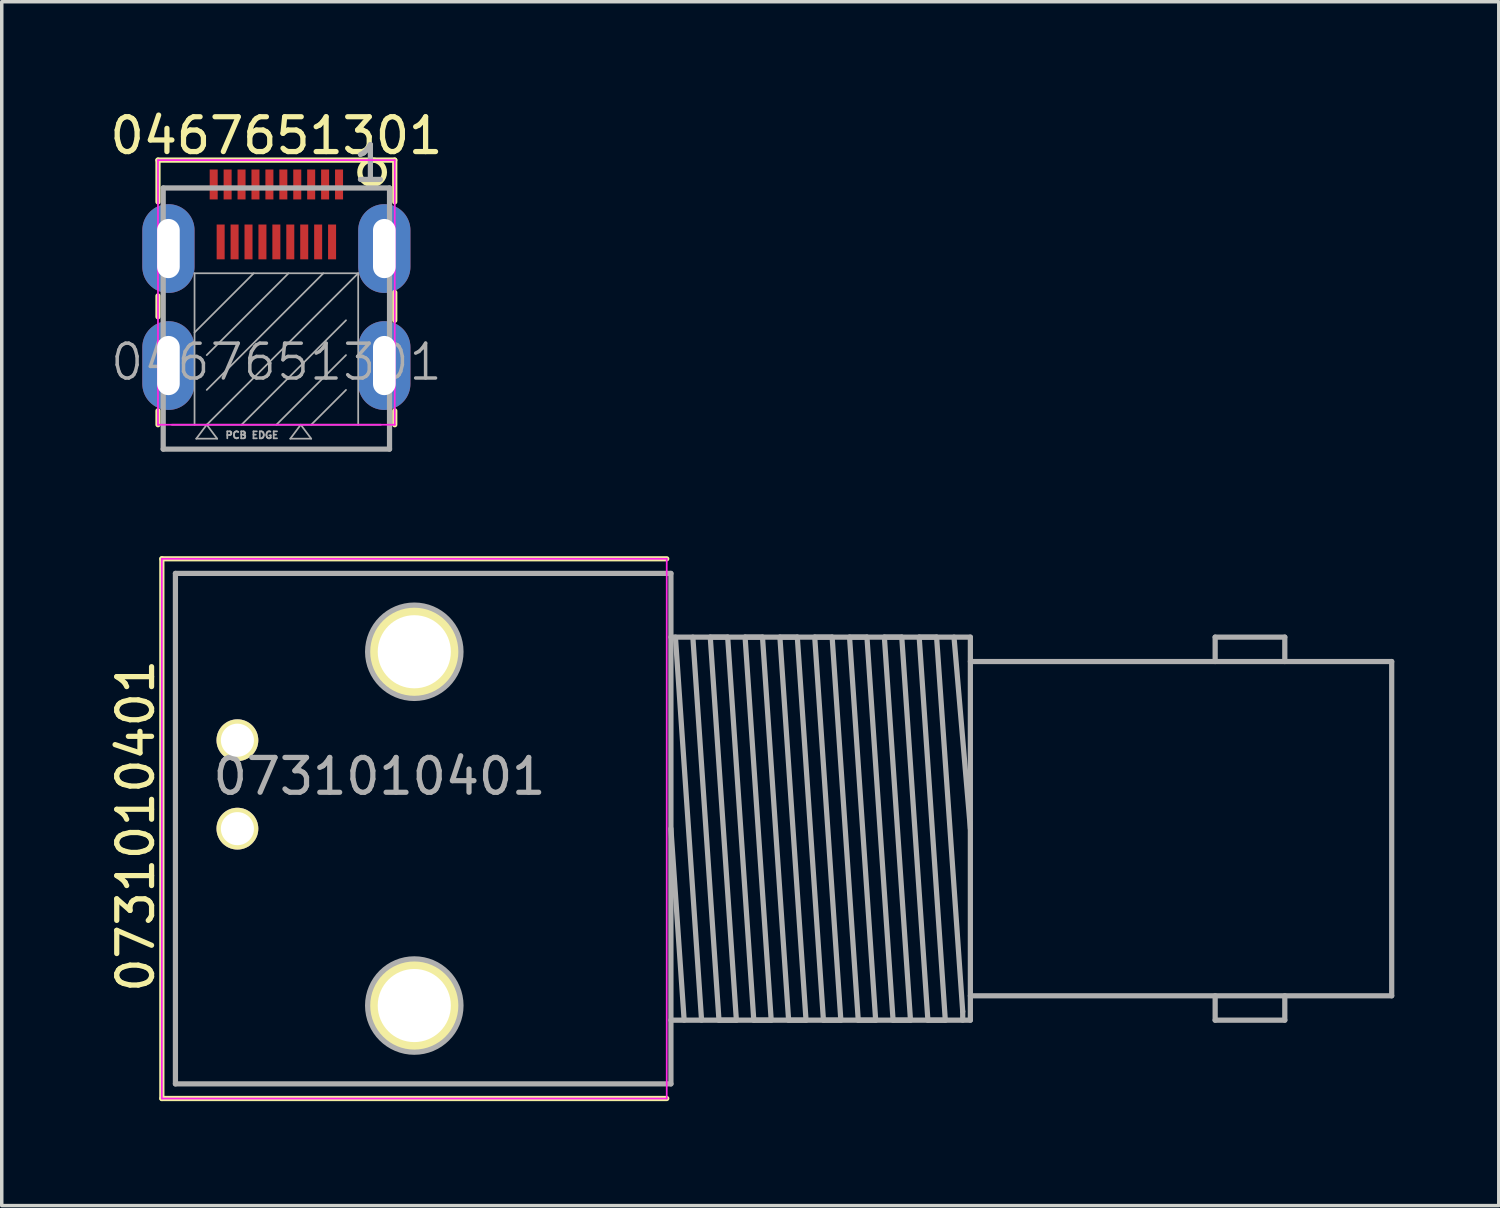
<source format=kicad_pcb>
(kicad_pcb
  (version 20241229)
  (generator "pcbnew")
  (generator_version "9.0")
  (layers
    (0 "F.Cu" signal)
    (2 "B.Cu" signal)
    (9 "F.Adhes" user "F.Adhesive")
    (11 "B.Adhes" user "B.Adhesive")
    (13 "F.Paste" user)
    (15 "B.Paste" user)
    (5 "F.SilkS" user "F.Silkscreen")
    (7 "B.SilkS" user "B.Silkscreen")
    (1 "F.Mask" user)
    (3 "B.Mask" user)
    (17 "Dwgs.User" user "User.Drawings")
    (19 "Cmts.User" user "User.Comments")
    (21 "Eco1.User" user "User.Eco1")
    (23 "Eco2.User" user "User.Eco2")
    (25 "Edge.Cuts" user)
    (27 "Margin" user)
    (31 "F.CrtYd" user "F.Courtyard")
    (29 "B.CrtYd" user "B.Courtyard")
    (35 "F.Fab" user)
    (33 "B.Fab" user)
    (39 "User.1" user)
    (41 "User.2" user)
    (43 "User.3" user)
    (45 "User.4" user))
  (footprint "0467651301"
    (layer "F.Cu")
    (at 4.887 9.148)
    (property "Reference" "0467651301" (at 0 -8.3 0) (layer "F.SilkS") (effects (font (size 1 1) (thickness 0.15))))
    (attr through_hole)
    (fp_line (start -3.4 -7.6) (end 3.4 -7.6) (stroke (width 0.15) (type solid)) (layer "F.SilkS"))
    (fp_line (start -3.4 -6.4) (end -3.4 -7.6) (stroke (width 0.15) (type solid)) (layer "F.SilkS"))
    (fp_line (start -3.4 -3.1) (end -3.4 -3.7) (stroke (width 0.15) (type solid)) (layer "F.SilkS"))
    (fp_line (start -3.4 0) (end -3.4 -0.4) (stroke (width 0.15) (type solid)) (layer "F.SilkS"))
    (fp_line (start 3.4 -7.6) (end 3.4 -6.4) (stroke (width 0.15) (type solid)) (layer "F.SilkS"))
    (fp_line (start 3.4 -3.8) (end 3.4 -3) (stroke (width 0.15) (type solid)) (layer "F.SilkS"))
    (fp_line (start 3.4 -0.4) (end 3.4 0) (stroke (width 0.15) (type solid)) (layer "F.SilkS"))
    (fp_circle (center 2.75 -7.25) (end 3 -7) (stroke (width 0.15) (type solid)) (fill no) (layer "F.SilkS"))
    (fp_line (start -3.4 -7.6) (end -3.4 0) (stroke (width 0.05) (type solid)) (layer "F.CrtYd"))
    (fp_line (start -3.4 0) (end 3.4 0) (stroke (width 0.05) (type solid)) (layer "F.CrtYd"))
    (fp_line (start 3.4 -7.6) (end -3.4 -7.6) (stroke (width 0.05) (type solid)) (layer "F.CrtYd"))
    (fp_line (start 3.4 0) (end 3.4 -7.6) (stroke (width 0.05) (type solid)) (layer "F.CrtYd"))
    (fp_line (start -3.25 -6.8) (end 3.25 -6.8) (stroke (width 0.15) (type solid)) (layer "F.Fab"))
    (fp_line (start -3.25 0.7) (end -3.25 -6.8) (stroke (width 0.15) (type solid)) (layer "F.Fab"))
    (fp_line (start -3.2 -5.7) (end -2.9 -5.7) (stroke (width 0.15) (type solid)) (layer "F.Fab"))
    (fp_line (start -3.2 -2.3) (end -2.9 -2.3) (stroke (width 0.15) (type solid)) (layer "F.Fab"))
    (fp_line (start -3 0) (end 3 0) (stroke (width 0.05) (type solid)) (layer "F.Fab"))
    (fp_line (start -2.9 -5.7) (end -2.9 -4.5) (stroke (width 0.15) (type solid)) (layer "F.Fab"))
    (fp_line (start -2.9 -4.5) (end -3.2 -4.5) (stroke (width 0.15) (type solid)) (layer "F.Fab"))
    (fp_line (start -2.9 -2.3) (end -2.9 -1.1) (stroke (width 0.15) (type solid)) (layer "F.Fab"))
    (fp_line (start -2.9 -1.1) (end -3.2 -1.1) (stroke (width 0.15) (type solid)) (layer "F.Fab"))
    (fp_line (start -2.35 -4.35) (end -2.35 0) (stroke (width 0.05) (type solid)) (layer "F.Fab"))
    (fp_line (start -2.35 -4.35) (end 2.35 -4.35) (stroke (width 0.05) (type solid)) (layer "F.Fab"))
    (fp_line (start -2.3 0.4) (end -1.7 0.4) (stroke (width 0.05) (type solid)) (layer "F.Fab"))
    (fp_line (start -2 0) (end -2.3 0.4) (stroke (width 0.05) (type solid)) (layer "F.Fab"))
    (fp_line (start -1.7 0.4) (end -2 0) (stroke (width 0.05) (type solid)) (layer "F.Fab"))
    (fp_line (start -0.65 -4.35) (end -2.35 -2.65) (stroke (width 0.05) (type solid)) (layer "F.Fab"))
    (fp_line (start 0.35 -4.35) (end -2 -2) (stroke (width 0.05) (type solid)) (layer "F.Fab"))
    (fp_line (start 0.4 0.4) (end 0.7 0) (stroke (width 0.05) (type solid)) (layer "F.Fab"))
    (fp_line (start 0.4 0.4) (end 1 0.4) (stroke (width 0.05) (type solid)) (layer "F.Fab"))
    (fp_line (start 0.7 0) (end 1 0.4) (stroke (width 0.05) (type solid)) (layer "F.Fab"))
    (fp_line (start 1.35 -4.35) (end -2 -1) (stroke (width 0.05) (type solid)) (layer "F.Fab"))
    (fp_line (start 2 -3) (end -1 0) (stroke (width 0.05) (type solid)) (layer "F.Fab"))
    (fp_line (start 2 -2) (end 0 0) (stroke (width 0.05) (type solid)) (layer "F.Fab"))
    (fp_line (start 2 -1) (end 1 0) (stroke (width 0.05) (type solid)) (layer "F.Fab"))
    (fp_line (start 2.35 -4.35) (end -2 0) (stroke (width 0.05) (type solid)) (layer "F.Fab"))
    (fp_line (start 2.35 -4.35) (end 2.35 0) (stroke (width 0.05) (type solid)) (layer "F.Fab"))
    (fp_line (start 2.9 -5.7) (end 2.9 -4.4) (stroke (width 0.15) (type solid)) (layer "F.Fab"))
    (fp_line (start 2.9 -4.4) (end 3.2 -4.4) (stroke (width 0.15) (type solid)) (layer "F.Fab"))
    (fp_line (start 2.9 -2.3) (end 2.9 -1.1) (stroke (width 0.15) (type solid)) (layer "F.Fab"))
    (fp_line (start 2.9 -1.1) (end 3.2 -1.1) (stroke (width 0.15) (type solid)) (layer "F.Fab"))
    (fp_line (start 3.2 -5.7) (end 2.9 -5.7) (stroke (width 0.15) (type solid)) (layer "F.Fab"))
    (fp_line (start 3.2 -2.3) (end 2.9 -2.3) (stroke (width 0.15) (type solid)) (layer "F.Fab"))
    (fp_line (start 3.25 -6.8) (end 3.25 0.7) (stroke (width 0.15) (type solid)) (layer "F.Fab"))
    (fp_line (start 3.25 0.7) (end -3.25 0.7) (stroke (width 0.15) (type solid)) (layer "F.Fab"))
    (fp_text user "PCB EDGE" (at -0.7 0.3 0) (layer "F.Fab") (effects (font (size 0.2 0.2) (thickness 0.05))))
    (fp_text user "${REFERENCE}" (at 0 -1.8 0) (layer "F.Fab") (effects (font (size 1 1) (thickness 0.1))))
    (fp_text user "1" (at 2.7 -7.5 0) (layer "F.Fab") (effects (font (size 1 1) (thickness 0.15))))
    (pad "1" smd rect (at 1.8 -6.9) (size 0.23 0.86) (layers "F.Cu" "F.Mask" "F.Paste"))
    (pad "2" smd rect (at 1.6 -5.25) (size 0.23 1) (layers "F.Cu" "F.Mask" "F.Paste"))
    (pad "3" smd rect (at 1.4 -6.9) (size 0.23 0.86) (layers "F.Cu" "F.Mask" "F.Paste"))
    (pad "4" smd rect (at 1.2 -5.25) (size 0.23 1) (layers "F.Cu" "F.Mask" "F.Paste"))
    (pad "5" smd rect (at 1 -6.9) (size 0.23 0.86) (layers "F.Cu" "F.Mask" "F.Paste"))
    (pad "6" smd rect (at 0.8 -5.25) (size 0.23 1) (layers "F.Cu" "F.Mask" "F.Paste"))
    (pad "7" smd rect (at 0.6 -6.9) (size 0.23 0.86) (layers "F.Cu" "F.Mask" "F.Paste"))
    (pad "8" smd rect (at 0.4 -5.25) (size 0.23 1) (layers "F.Cu" "F.Mask" "F.Paste"))
    (pad "9" smd rect (at 0.2 -6.9) (size 0.23 0.86) (layers "F.Cu" "F.Mask" "F.Paste"))
    (pad "10" smd rect (at 0 -5.25) (size 0.23 1) (layers "F.Cu" "F.Mask" "F.Paste"))
    (pad "11" smd rect (at -0.2 -6.9) (size 0.23 0.86) (layers "F.Cu" "F.Mask" "F.Paste"))
    (pad "12" smd rect (at -0.4 -5.25) (size 0.23 1) (layers "F.Cu" "F.Mask" "F.Paste"))
    (pad "13" smd rect (at -0.6 -6.9) (size 0.23 0.86) (layers "F.Cu" "F.Mask" "F.Paste"))
    (pad "14" smd rect (at -0.8 -5.25) (size 0.23 1) (layers "F.Cu" "F.Mask" "F.Paste"))
    (pad "15" smd rect (at -1 -6.9) (size 0.23 0.86) (layers "F.Cu" "F.Mask" "F.Paste"))
    (pad "16" smd rect (at -1.2 -5.25) (size 0.23 1) (layers "F.Cu" "F.Mask" "F.Paste"))
    (pad "17" smd rect (at -1.4 -6.9) (size 0.23 0.86) (layers "F.Cu" "F.Mask" "F.Paste"))
    (pad "18" smd rect (at -1.6 -5.25) (size 0.23 1) (layers "F.Cu" "F.Mask" "F.Paste"))
    (pad "19" smd rect (at -1.8 -6.9) (size 0.23 0.86) (layers "F.Cu" "F.Mask" "F.Paste"))
    (pad "20" thru_hole oval (at -3.1 -5.06) (size 1.5 2.55) (drill oval 0.65 1.7) (layers "*.Cu" "*.Mask"))
    (pad "21" thru_hole oval (at -3.1 -1.7) (size 1.5 2.55) (drill oval 0.65 1.7) (layers "*.Cu" "*.Mask"))
    (pad "22" thru_hole oval (at 3.1 -5.06) (size 1.5 2.55) (drill oval 0.65 1.7) (layers "*.Cu" "*.Mask"))
    (pad "23" thru_hole oval (at 3.1 -1.7) (size 1.5 2.55) (drill oval 0.65 1.7) (layers "*.Cu" "*.Mask")))
  (footprint "0731010401"
    (layer "F.Cu")
    (at 8.848 20.748)
    (property "Reference" "0731010401" (at -8 -0.08 90) (layer "F.SilkS") (effects (font (size 1 1) (thickness 0.15))))
    (attr through_hole)
    (fp_line (start -7.25 -7.75) (end -7.25 7.75) (stroke (width 0.15) (type solid)) (layer "F.SilkS"))
    (fp_line (start -7.25 -7.75) (end 7.25 -7.75) (stroke (width 0.15) (type solid)) (layer "F.SilkS"))
    (fp_line (start -7.25 7.75) (end 7.25 7.75) (stroke (width 0.15) (type solid)) (layer "F.SilkS"))
    (fp_line (start -7.25 -7.75) (end -7.25 7.75) (stroke (width 0.05) (type solid)) (layer "F.CrtYd"))
    (fp_line (start -7.25 7.75) (end 7.25 7.75) (stroke (width 0.05) (type solid)) (layer "F.CrtYd"))
    (fp_line (start 7.25 -7.75) (end -7.25 -7.75) (stroke (width 0.05) (type solid)) (layer "F.CrtYd"))
    (fp_line (start 7.25 7.75) (end 7.25 -7.75) (stroke (width 0.05) (type solid)) (layer "F.CrtYd"))
    (fp_line (start -6.86 -7.33) (end -6.86 7.33) (stroke (width 0.15) (type solid)) (layer "F.Fab"))
    (fp_line (start -6.86 7.33) (end 7.37 7.33) (stroke (width 0.15) (type solid)) (layer "F.Fab"))
    (fp_line (start 7.37 -7.33) (end -6.86 -7.33) (stroke (width 0.15) (type solid)) (layer "F.Fab"))
    (fp_line (start 7.37 -7.33) (end 7.37 7.33) (stroke (width 0.15) (type solid)) (layer "F.Fab"))
    (fp_line (start 7.75 5.5) (end 7.37 0) (stroke (width 0.15) (type solid)) (layer "F.Fab"))
    (fp_line (start 8 -5.5) (end 8.75 5.5) (stroke (width 0.15) (type solid)) (layer "F.Fab"))
    (fp_line (start 8.25 5.5) (end 7.5 -5.5) (stroke (width 0.15) (type solid)) (layer "F.Fab"))
    (fp_line (start 8.5 -5.5) (end 9 -5.5) (stroke (width 0.15) (type solid)) (layer "F.Fab"))
    (fp_line (start 8.75 5.5) (end 9.25 5.5) (stroke (width 0.15) (type solid)) (layer "F.Fab"))
    (fp_line (start 9 -5.5) (end 9.75 5.5) (stroke (width 0.15) (type solid)) (layer "F.Fab"))
    (fp_line (start 9.25 5.5) (end 8.5 -5.5) (stroke (width 0.15) (type solid)) (layer "F.Fab"))
    (fp_line (start 9.5 -5.5) (end 10 -5.5) (stroke (width 0.15) (type solid)) (layer "F.Fab"))
    (fp_line (start 9.75 5.5) (end 10.25 5.5) (stroke (width 0.15) (type solid)) (layer "F.Fab"))
    (fp_line (start 10 -5.5) (end 10.75 5.5) (stroke (width 0.15) (type solid)) (layer "F.Fab"))
    (fp_line (start 10.25 5.5) (end 9.5 -5.5) (stroke (width 0.15) (type solid)) (layer "F.Fab"))
    (fp_line (start 10.5 -5.5) (end 11 -5.5) (stroke (width 0.15) (type solid)) (layer "F.Fab"))
    (fp_line (start 10.75 5.5) (end 11.25 5.5) (stroke (width 0.15) (type solid)) (layer "F.Fab"))
    (fp_line (start 11 -5.5) (end 11.75 5.5) (stroke (width 0.15) (type solid)) (layer "F.Fab"))
    (fp_line (start 11.25 5.5) (end 10.5 -5.5) (stroke (width 0.15) (type solid)) (layer "F.Fab"))
    (fp_line (start 11.5 -5.5) (end 12 -5.5) (stroke (width 0.15) (type solid)) (layer "F.Fab"))
    (fp_line (start 11.75 5.5) (end 12.25 5.5) (stroke (width 0.15) (type solid)) (layer "F.Fab"))
    (fp_line (start 12 -5.5) (end 12.75 5.5) (stroke (width 0.15) (type solid)) (layer "F.Fab"))
    (fp_line (start 12.25 5.5) (end 11.5 -5.5) (stroke (width 0.15) (type solid)) (layer "F.Fab"))
    (fp_line (start 12.5 -5.5) (end 13 -5.5) (stroke (width 0.15) (type solid)) (layer "F.Fab"))
    (fp_line (start 12.75 5.5) (end 13.25 5.5) (stroke (width 0.15) (type solid)) (layer "F.Fab"))
    (fp_line (start 13 -5.5) (end 13.75 5.5) (stroke (width 0.15) (type solid)) (layer "F.Fab"))
    (fp_line (start 13.25 5.5) (end 12.5 -5.5) (stroke (width 0.15) (type solid)) (layer "F.Fab"))
    (fp_line (start 13.5 -5.5) (end 14 -5.5) (stroke (width 0.15) (type solid)) (layer "F.Fab"))
    (fp_line (start 13.75 5.5) (end 14.25 5.5) (stroke (width 0.15) (type solid)) (layer "F.Fab"))
    (fp_line (start 14 -5.5) (end 14.75 5.5) (stroke (width 0.15) (type solid)) (layer "F.Fab"))
    (fp_line (start 14.25 5.5) (end 13.5 -5.5) (stroke (width 0.15) (type solid)) (layer "F.Fab"))
    (fp_line (start 14.5 -5.5) (end 15 -5.5) (stroke (width 0.15) (type solid)) (layer "F.Fab"))
    (fp_line (start 14.75 5.5) (end 15.25 5.5) (stroke (width 0.15) (type solid)) (layer "F.Fab"))
    (fp_line (start 15 -5.5) (end 15.75 5.25) (stroke (width 0.15) (type solid)) (layer "F.Fab"))
    (fp_line (start 15.25 5.5) (end 14.5 -5.5) (stroke (width 0.15) (type solid)) (layer "F.Fab"))
    (fp_line (start 15.75 5.25) (end 15.75 5.5) (stroke (width 0.15) (type solid)) (layer "F.Fab"))
    (fp_line (start 15.97 -5.5) (end 7.37 -5.5) (stroke (width 0.15) (type solid)) (layer "F.Fab"))
    (fp_line (start 15.97 -5.5) (end 15.97 5.5) (stroke (width 0.15) (type solid)) (layer "F.Fab"))
    (fp_line (start 15.97 -4.8) (end 28.07 -4.8) (stroke (width 0.15) (type solid)) (layer "F.Fab"))
    (fp_line (start 15.97 0) (end 15.5 -5.5) (stroke (width 0.15) (type solid)) (layer "F.Fab"))
    (fp_line (start 15.97 4.8) (end 28.07 4.8) (stroke (width 0.15) (type solid)) (layer "F.Fab"))
    (fp_line (start 15.97 5.5) (end 7.37 5.5) (stroke (width 0.15) (type solid)) (layer "F.Fab"))
    (fp_line (start 23 -5.5) (end 25 -5.5) (stroke (width 0.15) (type solid)) (layer "F.Fab"))
    (fp_line (start 23 -4.8) (end 23 -5.5) (stroke (width 0.15) (type solid)) (layer "F.Fab"))
    (fp_line (start 23 4.8) (end 23 5.5) (stroke (width 0.15) (type solid)) (layer "F.Fab"))
    (fp_line (start 23 5.5) (end 25 5.5) (stroke (width 0.15) (type solid)) (layer "F.Fab"))
    (fp_line (start 25 -5.5) (end 25 -4.8) (stroke (width 0.15) (type solid)) (layer "F.Fab"))
    (fp_line (start 25 5.5) (end 25 4.8) (stroke (width 0.15) (type solid)) (layer "F.Fab"))
    (fp_line (start 28.07 -4.8) (end 28.07 4.8) (stroke (width 0.15) (type solid)) (layer "F.Fab"))
    (fp_circle (center 0 -5.08) (end 0 -3.74) (stroke (width 0.15) (type solid)) (fill no) (layer "F.Fab"))
    (fp_circle (center 0 5.08) (end 0 3.74) (stroke (width 0.15) (type solid)) (fill no) (layer "F.Fab"))
    (fp_text user "${REFERENCE}" (at -1 -1.5 0) (layer "F.Fab") (effects (font (size 1 1) (thickness 0.15))))
    (pad "1" thru_hole circle (at -5.08 0) (size 1.2 1.2) (drill 0.95) (layers "*.Cu" "*.Mask" "F.SilkS"))
    (pad "2" thru_hole circle (at -5.08 -2.54) (size 1.2 1.2) (drill 0.95) (layers "*.Cu" "*.Mask" "F.SilkS"))
    (pad "3" thru_hole circle (at 0 -5.08) (size 2.68 2.68) (drill 2.1) (layers "*.Cu" "*.Mask" "F.SilkS"))
    (pad "4" thru_hole circle (at 0 5.08) (size 2.68 2.68) (drill 2.1) (layers "*.Cu" "*.Mask" "F.SilkS")))
  (gr_rect
    (start -3 -3)
    (end 39.993 31.573)
    (stroke (width 0.1) (type default))
    (fill no)
    (layer "Edge.Cuts")))
</source>
